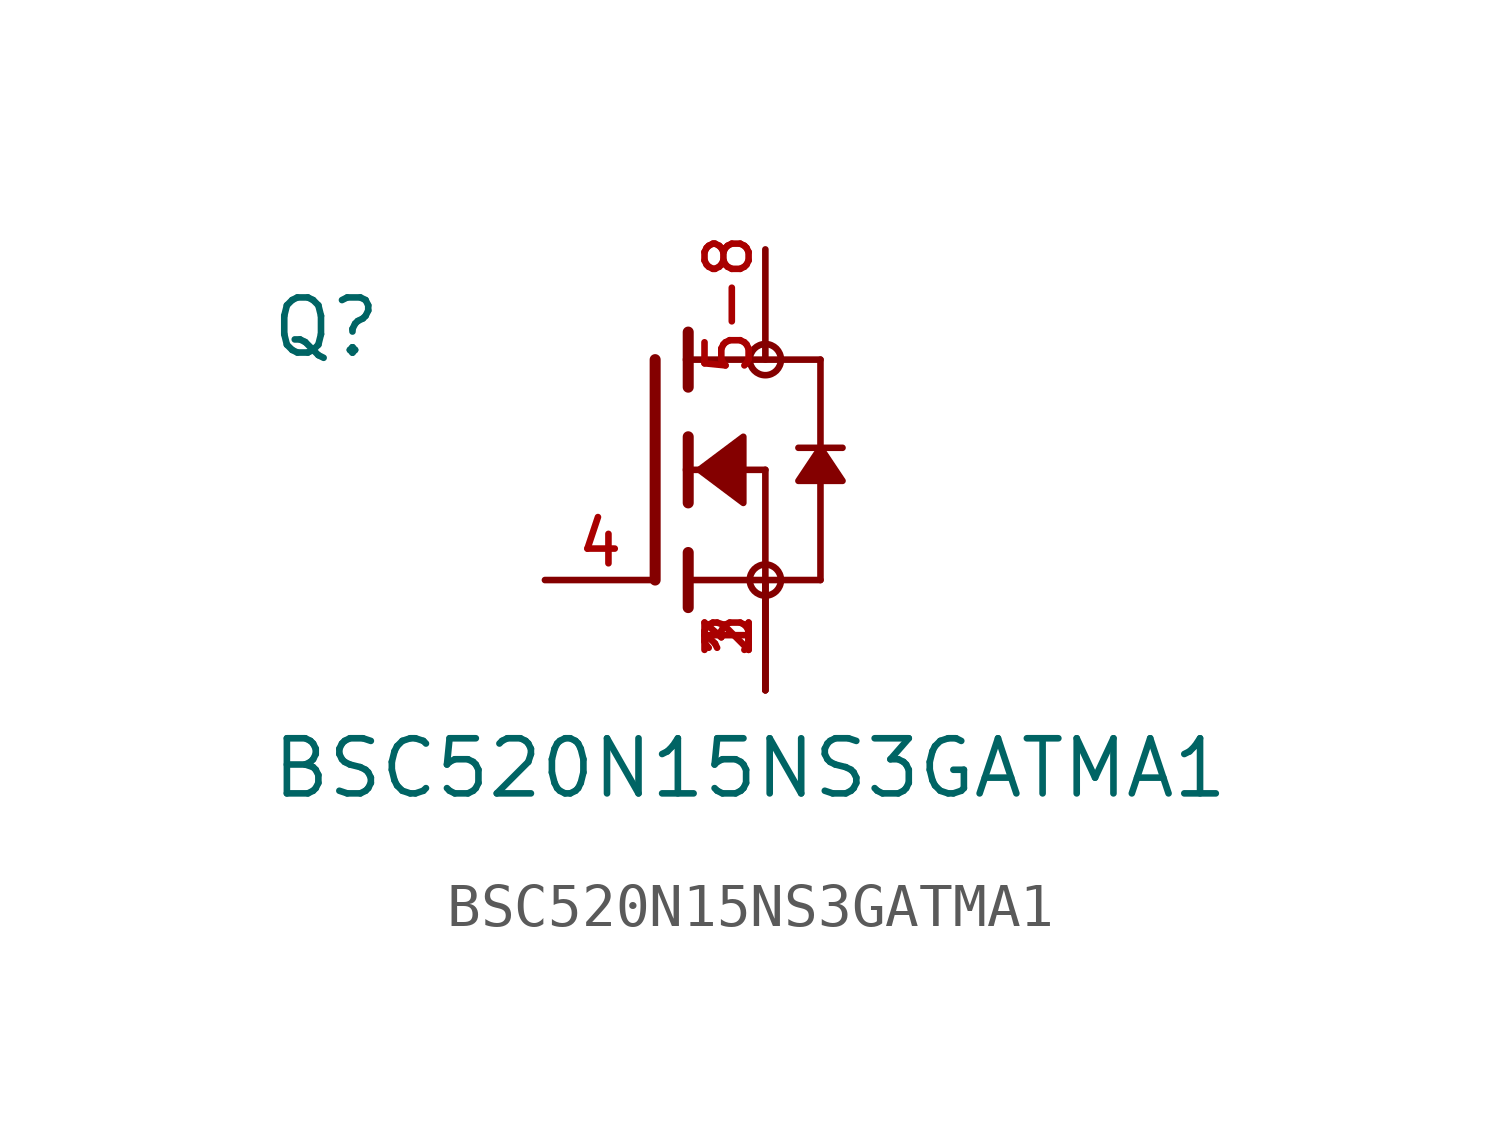
<source format=kicad_sym>
(kicad_symbol_lib
  (version 20211014)
  (generator kicad_symbol_editor)
  (symbol "BSC520N15NS3GATMA1"
    (pin_names
      (offset 1.016))
    (property "Reference" "Q"
      (at -8.89 2.54 0)
      (effects (font (size 1.27 1.27)) (justify bottom left)))
    (property "Value" "BSC520N15NS3GATMA1"
      (at -8.89 -7.62 0)
      (effects (font (size 1.27 1.27)) (justify bottom left)))
    (symbol "BSC520N15NS3GATMA1_0_0"
      (polyline (pts (xy 0.762 0.762) (xy 0.762 0.0)) (stroke (width 0.254)))
      (polyline (pts (xy 0.762 0.0) (xy 0.762 -0.762)) (stroke (width 0.254)))
      (polyline (pts (xy 0.762 3.175) (xy 0.762 2.54)) (stroke (width 0.254)))
      (polyline (pts (xy 0.762 2.54) (xy 0.762 1.905)) (stroke (width 0.254)))
      (polyline (pts (xy 0.762 0.0) (xy 2.54 0.0)) (stroke (width 0.152)))
      (polyline (pts (xy 2.54 0.0) (xy 2.54 -2.54)) (stroke (width 0.152)))
      (polyline (pts (xy 0.762 -1.905) (xy 0.762 -3.175)) (stroke (width 0.254)))
      (polyline (pts (xy 0.0 2.54) (xy 0.0 -2.54)) (stroke (width 0.254)))
      (polyline (pts (xy 3.81 -2.54) (xy 0.762 -2.54)) (stroke (width 0.152)))
      (polyline (pts (xy 3.81 2.54) (xy 3.81 0.508)) (stroke (width 0.152)))
      (polyline (pts (xy 3.81 0.508) (xy 3.81 -2.54)) (stroke (width 0.152)))
      (polyline (pts (xy 0.762 2.54) (xy 3.81 2.54)) (stroke (width 0.152)))
      (polyline (pts (xy 4.318 0.508) (xy 3.81 0.508)) (stroke (width 0.152)))
      (polyline (pts (xy 3.81 0.508) (xy 3.302 0.508)) (stroke (width 0.152)))
      (circle (center 2.54 -2.54) (radius 0.359) (stroke (width 0.0)) (fill (type none)))
      (circle (center 2.54 2.54) (radius 0.359) (stroke (width 0.0)) (fill (type none)))
      (polyline (pts (xy 3.81 0.508) (xy 3.302 -0.254) (xy 4.318 -0.254) (xy 3.81 0.508)) (stroke (width 0.152)) (fill (type outline)))
      (polyline (pts (xy 1.016 0.0) (xy 2.032 0.762) (xy 2.032 -0.762) (xy 1.016 0.0)) (stroke (width 0.152)) (fill (type outline)))
      (pin passive line (at 2.54 -5.08 90.0) (length 2.54) (name "~" (effects (font (size 1.016 1.016)))) (number "1" (effects (font (size 1.016 1.016)))))
      (pin passive line (at -2.54 -2.54 0) (length 2.54) (name "~" (effects (font (size 1.016 1.016)))) (number "4" (effects (font (size 1.016 1.016)))))
      (pin passive line (at 2.54 5.08 270.0) (length 2.54) (name "~" (effects (font (size 1.016 1.016)))) (number "5-8" (effects (font (size 1.016 1.016)))))
      (pin passive line (at 2.54 -5.08 90.0) (length 2.54) (name "~" (effects (font (size 1.016 1.016)))) (number "2" (effects (font (size 1.016 1.016)))))
      (pin passive line (at 2.54 -5.08 90.0) (length 2.54) (name "~" (effects (font (size 1.016 1.016)))) (number "3" (effects (font (size 1.016 1.016))))))))
</source>
